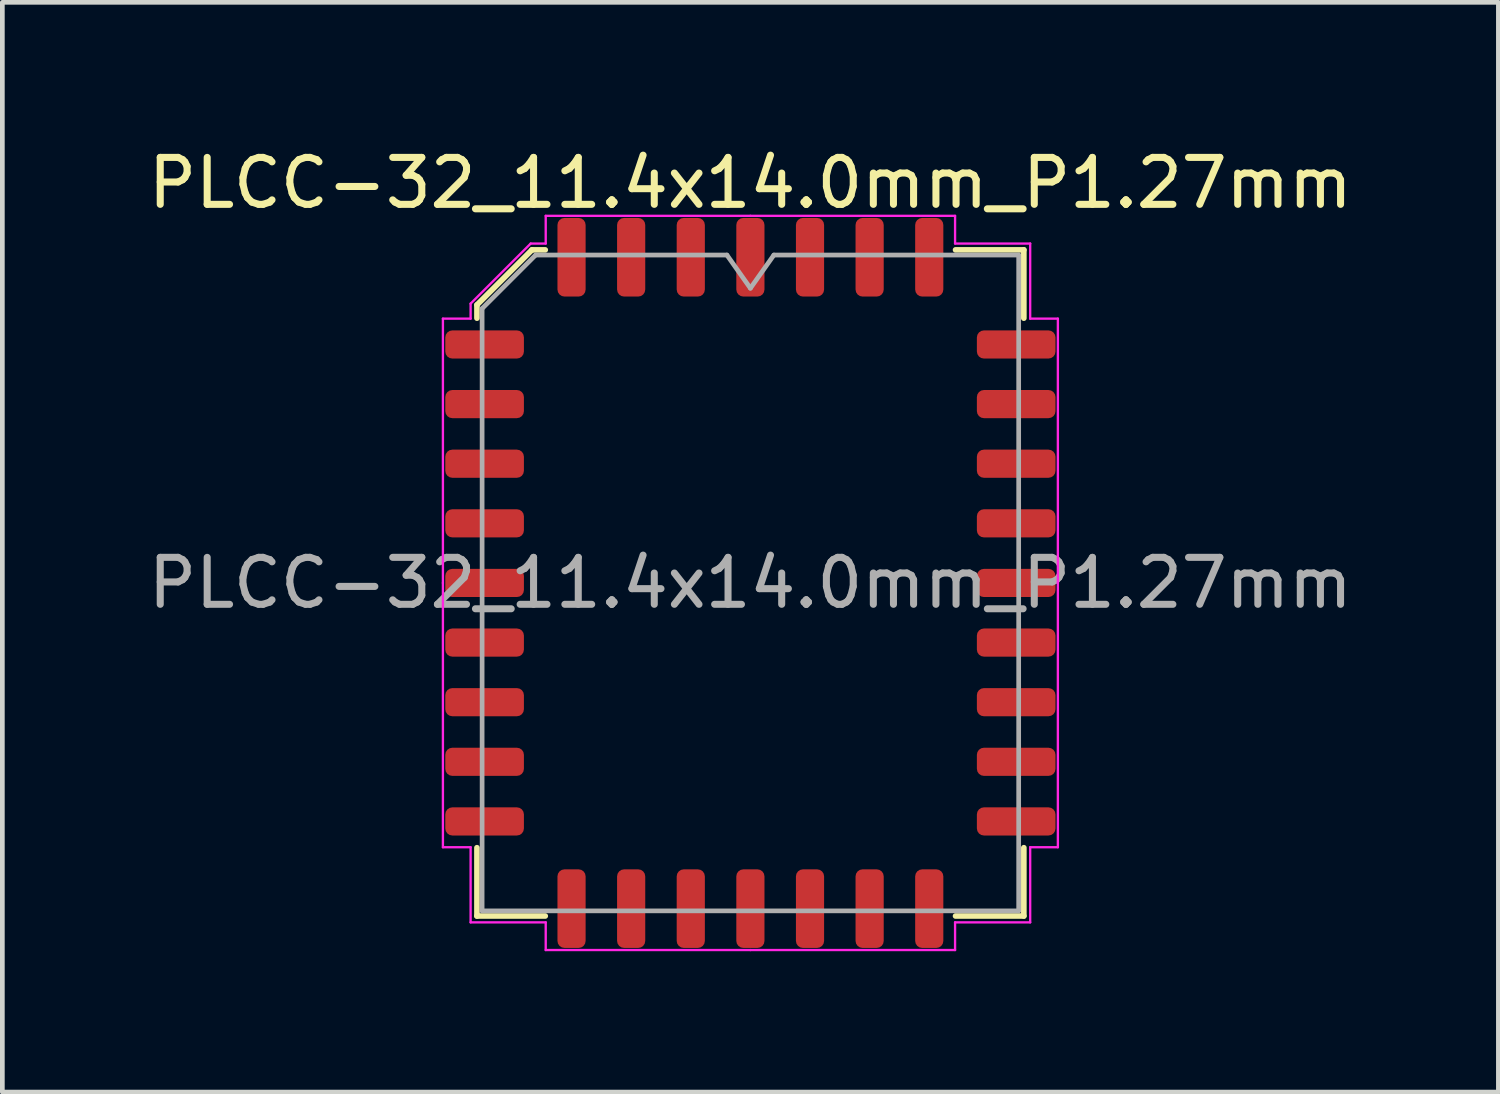
<source format=kicad_pcb>
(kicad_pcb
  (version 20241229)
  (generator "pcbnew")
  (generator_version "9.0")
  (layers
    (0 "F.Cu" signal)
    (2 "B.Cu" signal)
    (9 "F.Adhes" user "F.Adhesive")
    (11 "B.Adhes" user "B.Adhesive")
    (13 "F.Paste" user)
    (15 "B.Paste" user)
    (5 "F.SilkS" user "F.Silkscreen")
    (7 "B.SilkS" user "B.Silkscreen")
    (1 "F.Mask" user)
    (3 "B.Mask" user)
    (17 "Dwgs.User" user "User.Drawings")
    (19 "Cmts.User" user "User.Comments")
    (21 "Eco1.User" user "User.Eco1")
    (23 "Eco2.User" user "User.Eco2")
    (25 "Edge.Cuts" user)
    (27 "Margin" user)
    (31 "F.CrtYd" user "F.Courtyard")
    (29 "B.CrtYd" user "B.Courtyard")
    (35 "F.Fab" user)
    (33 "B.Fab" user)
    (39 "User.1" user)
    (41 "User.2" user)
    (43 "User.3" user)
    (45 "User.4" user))
  (footprint "PLCC-32_11.4x14.0mm_P1.27mm"
    (layer "F.Cu")
    (at 12.935 9.368)
    (property "Reference" "PLCC-32_11.4x14.0mm_P1.27mm" (at 0 -8.52 0) (layer "F.SilkS") (effects (font (size 1 1) (thickness 0.15))))
    (attr smd)
    (fp_line (start -5.825 -5.923) (end -5.825 -5.64) (stroke (width 0.12) (type solid)) (layer "F.SilkS"))
    (fp_line (start -5.825 7.095) (end -5.825 5.64) (stroke (width 0.12) (type solid)) (layer "F.SilkS"))
    (fp_line (start -4.653 -7.095) (end -5.825 -5.923) (stroke (width 0.12) (type solid)) (layer "F.SilkS"))
    (fp_line (start -4.37 -7.095) (end -4.653 -7.095) (stroke (width 0.12) (type solid)) (layer "F.SilkS"))
    (fp_line (start -4.37 7.095) (end -5.825 7.095) (stroke (width 0.12) (type solid)) (layer "F.SilkS"))
    (fp_line (start 4.37 -7.095) (end 5.825 -7.095) (stroke (width 0.12) (type solid)) (layer "F.SilkS"))
    (fp_line (start 4.37 7.095) (end 5.825 7.095) (stroke (width 0.12) (type solid)) (layer "F.SilkS"))
    (fp_line (start 5.825 -7.095) (end 5.825 -5.64) (stroke (width 0.12) (type solid)) (layer "F.SilkS"))
    (fp_line (start 5.825 7.095) (end 5.825 5.64) (stroke (width 0.12) (type solid)) (layer "F.SilkS"))
    (fp_line (start -6.55 -5.63) (end -6.55 0) (stroke (width 0.05) (type solid)) (layer "F.CrtYd"))
    (fp_line (start -6.55 5.63) (end -6.55 0) (stroke (width 0.05) (type solid)) (layer "F.CrtYd"))
    (fp_line (start -5.96 -5.95) (end -5.96 -5.63) (stroke (width 0.05) (type solid)) (layer "F.CrtYd"))
    (fp_line (start -5.96 -5.63) (end -6.55 -5.63) (stroke (width 0.05) (type solid)) (layer "F.CrtYd"))
    (fp_line (start -5.96 5.63) (end -6.55 5.63) (stroke (width 0.05) (type solid)) (layer "F.CrtYd"))
    (fp_line (start -5.96 7.23) (end -5.96 5.63) (stroke (width 0.05) (type solid)) (layer "F.CrtYd"))
    (fp_line (start -4.68 -7.23) (end -5.96 -5.95) (stroke (width 0.05) (type solid)) (layer "F.CrtYd"))
    (fp_line (start -4.36 -7.82) (end -4.36 -7.23) (stroke (width 0.05) (type solid)) (layer "F.CrtYd"))
    (fp_line (start -4.36 -7.23) (end -4.68 -7.23) (stroke (width 0.05) (type solid)) (layer "F.CrtYd"))
    (fp_line (start -4.36 7.23) (end -5.96 7.23) (stroke (width 0.05) (type solid)) (layer "F.CrtYd"))
    (fp_line (start -4.36 7.82) (end -4.36 7.23) (stroke (width 0.05) (type solid)) (layer "F.CrtYd"))
    (fp_line (start 0 -7.82) (end -4.36 -7.82) (stroke (width 0.05) (type solid)) (layer "F.CrtYd"))
    (fp_line (start 0 -7.82) (end 4.36 -7.82) (stroke (width 0.05) (type solid)) (layer "F.CrtYd"))
    (fp_line (start 0 7.82) (end -4.36 7.82) (stroke (width 0.05) (type solid)) (layer "F.CrtYd"))
    (fp_line (start 0 7.82) (end 4.36 7.82) (stroke (width 0.05) (type solid)) (layer "F.CrtYd"))
    (fp_line (start 4.36 -7.82) (end 4.36 -7.23) (stroke (width 0.05) (type solid)) (layer "F.CrtYd"))
    (fp_line (start 4.36 -7.23) (end 5.96 -7.23) (stroke (width 0.05) (type solid)) (layer "F.CrtYd"))
    (fp_line (start 4.36 7.23) (end 5.96 7.23) (stroke (width 0.05) (type solid)) (layer "F.CrtYd"))
    (fp_line (start 4.36 7.82) (end 4.36 7.23) (stroke (width 0.05) (type solid)) (layer "F.CrtYd"))
    (fp_line (start 5.96 -7.23) (end 5.96 -5.63) (stroke (width 0.05) (type solid)) (layer "F.CrtYd"))
    (fp_line (start 5.96 -5.63) (end 6.55 -5.63) (stroke (width 0.05) (type solid)) (layer "F.CrtYd"))
    (fp_line (start 5.96 5.63) (end 6.55 5.63) (stroke (width 0.05) (type solid)) (layer "F.CrtYd"))
    (fp_line (start 5.96 7.23) (end 5.96 5.63) (stroke (width 0.05) (type solid)) (layer "F.CrtYd"))
    (fp_line (start 6.55 -5.63) (end 6.55 0) (stroke (width 0.05) (type solid)) (layer "F.CrtYd"))
    (fp_line (start 6.55 5.63) (end 6.55 0) (stroke (width 0.05) (type solid)) (layer "F.CrtYd"))
    (fp_line (start -5.715 -5.845) (end -4.575 -6.985) (stroke (width 0.1) (type solid)) (layer "F.Fab"))
    (fp_line (start -5.715 6.985) (end -5.715 -5.845) (stroke (width 0.1) (type solid)) (layer "F.Fab"))
    (fp_line (start -4.575 -6.985) (end -0.5 -6.985) (stroke (width 0.1) (type solid)) (layer "F.Fab"))
    (fp_line (start -0.5 -6.985) (end 0 -6.278) (stroke (width 0.1) (type solid)) (layer "F.Fab"))
    (fp_line (start 0 -6.278) (end 0.5 -6.985) (stroke (width 0.1) (type solid)) (layer "F.Fab"))
    (fp_line (start 0.5 -6.985) (end 5.715 -6.985) (stroke (width 0.1) (type solid)) (layer "F.Fab"))
    (fp_line (start 5.715 -6.985) (end 5.715 6.985) (stroke (width 0.1) (type solid)) (layer "F.Fab"))
    (fp_line (start 5.715 6.985) (end -5.715 6.985) (stroke (width 0.1) (type solid)) (layer "F.Fab"))
    (fp_text user "${REFERENCE}" (at 0 0 0) (layer "F.Fab") (effects (font (size 1 1) (thickness 0.15))))
    (pad "1" smd roundrect (at 0 -6.938) (size 0.6 1.675) (layers "F.Cu" "F.Mask" "F.Paste") (roundrect_rratio 0.25))
    (pad "2" smd roundrect (at -1.27 -6.938) (size 0.6 1.675) (layers "F.Cu" "F.Mask" "F.Paste") (roundrect_rratio 0.25))
    (pad "3" smd roundrect (at -2.54 -6.938) (size 0.6 1.675) (layers "F.Cu" "F.Mask" "F.Paste") (roundrect_rratio 0.25))
    (pad "4" smd roundrect (at -3.81 -6.938) (size 0.6 1.675) (layers "F.Cu" "F.Mask" "F.Paste") (roundrect_rratio 0.25))
    (pad "5" smd roundrect (at -5.662 -5.08) (size 1.675 0.6) (layers "F.Cu" "F.Mask" "F.Paste") (roundrect_rratio 0.25))
    (pad "6" smd roundrect (at -5.662 -3.81) (size 1.675 0.6) (layers "F.Cu" "F.Mask" "F.Paste") (roundrect_rratio 0.25))
    (pad "7" smd roundrect (at -5.662 -2.54) (size 1.675 0.6) (layers "F.Cu" "F.Mask" "F.Paste") (roundrect_rratio 0.25))
    (pad "8" smd roundrect (at -5.662 -1.27) (size 1.675 0.6) (layers "F.Cu" "F.Mask" "F.Paste") (roundrect_rratio 0.25))
    (pad "9" smd roundrect (at -5.662 0) (size 1.675 0.6) (layers "F.Cu" "F.Mask" "F.Paste") (roundrect_rratio 0.25))
    (pad "10" smd roundrect (at -5.662 1.27) (size 1.675 0.6) (layers "F.Cu" "F.Mask" "F.Paste") (roundrect_rratio 0.25))
    (pad "11" smd roundrect (at -5.662 2.54) (size 1.675 0.6) (layers "F.Cu" "F.Mask" "F.Paste") (roundrect_rratio 0.25))
    (pad "12" smd roundrect (at -5.662 3.81) (size 1.675 0.6) (layers "F.Cu" "F.Mask" "F.Paste") (roundrect_rratio 0.25))
    (pad "13" smd roundrect (at -5.662 5.08) (size 1.675 0.6) (layers "F.Cu" "F.Mask" "F.Paste") (roundrect_rratio 0.25))
    (pad "14" smd roundrect (at -3.81 6.938) (size 0.6 1.675) (layers "F.Cu" "F.Mask" "F.Paste") (roundrect_rratio 0.25))
    (pad "15" smd roundrect (at -2.54 6.938) (size 0.6 1.675) (layers "F.Cu" "F.Mask" "F.Paste") (roundrect_rratio 0.25))
    (pad "16" smd roundrect (at -1.27 6.938) (size 0.6 1.675) (layers "F.Cu" "F.Mask" "F.Paste") (roundrect_rratio 0.25))
    (pad "17" smd roundrect (at 0 6.938) (size 0.6 1.675) (layers "F.Cu" "F.Mask" "F.Paste") (roundrect_rratio 0.25))
    (pad "18" smd roundrect (at 1.27 6.938) (size 0.6 1.675) (layers "F.Cu" "F.Mask" "F.Paste") (roundrect_rratio 0.25))
    (pad "19" smd roundrect (at 2.54 6.938) (size 0.6 1.675) (layers "F.Cu" "F.Mask" "F.Paste") (roundrect_rratio 0.25))
    (pad "20" smd roundrect (at 3.81 6.938) (size 0.6 1.675) (layers "F.Cu" "F.Mask" "F.Paste") (roundrect_rratio 0.25))
    (pad "21" smd roundrect (at 5.662 5.08) (size 1.675 0.6) (layers "F.Cu" "F.Mask" "F.Paste") (roundrect_rratio 0.25))
    (pad "22" smd roundrect (at 5.662 3.81) (size 1.675 0.6) (layers "F.Cu" "F.Mask" "F.Paste") (roundrect_rratio 0.25))
    (pad "23" smd roundrect (at 5.662 2.54) (size 1.675 0.6) (layers "F.Cu" "F.Mask" "F.Paste") (roundrect_rratio 0.25))
    (pad "24" smd roundrect (at 5.662 1.27) (size 1.675 0.6) (layers "F.Cu" "F.Mask" "F.Paste") (roundrect_rratio 0.25))
    (pad "25" smd roundrect (at 5.662 0) (size 1.675 0.6) (layers "F.Cu" "F.Mask" "F.Paste") (roundrect_rratio 0.25))
    (pad "26" smd roundrect (at 5.662 -1.27) (size 1.675 0.6) (layers "F.Cu" "F.Mask" "F.Paste") (roundrect_rratio 0.25))
    (pad "27" smd roundrect (at 5.662 -2.54) (size 1.675 0.6) (layers "F.Cu" "F.Mask" "F.Paste") (roundrect_rratio 0.25))
    (pad "28" smd roundrect (at 5.662 -3.81) (size 1.675 0.6) (layers "F.Cu" "F.Mask" "F.Paste") (roundrect_rratio 0.25))
    (pad "29" smd roundrect (at 5.662 -5.08) (size 1.675 0.6) (layers "F.Cu" "F.Mask" "F.Paste") (roundrect_rratio 0.25))
    (pad "30" smd roundrect (at 3.81 -6.938) (size 0.6 1.675) (layers "F.Cu" "F.Mask" "F.Paste") (roundrect_rratio 0.25))
    (pad "31" smd roundrect (at 2.54 -6.938) (size 0.6 1.675) (layers "F.Cu" "F.Mask" "F.Paste") (roundrect_rratio 0.25))
    (pad "32" smd roundrect (at 1.27 -6.938) (size 0.6 1.675) (layers "F.Cu" "F.Mask" "F.Paste") (roundrect_rratio 0.25)))
  (gr_rect
    (start -3 -3)
    (end 28.869 20.213)
    (stroke (width 0.1) (type default))
    (fill no)
    (layer "Edge.Cuts")))
</source>
